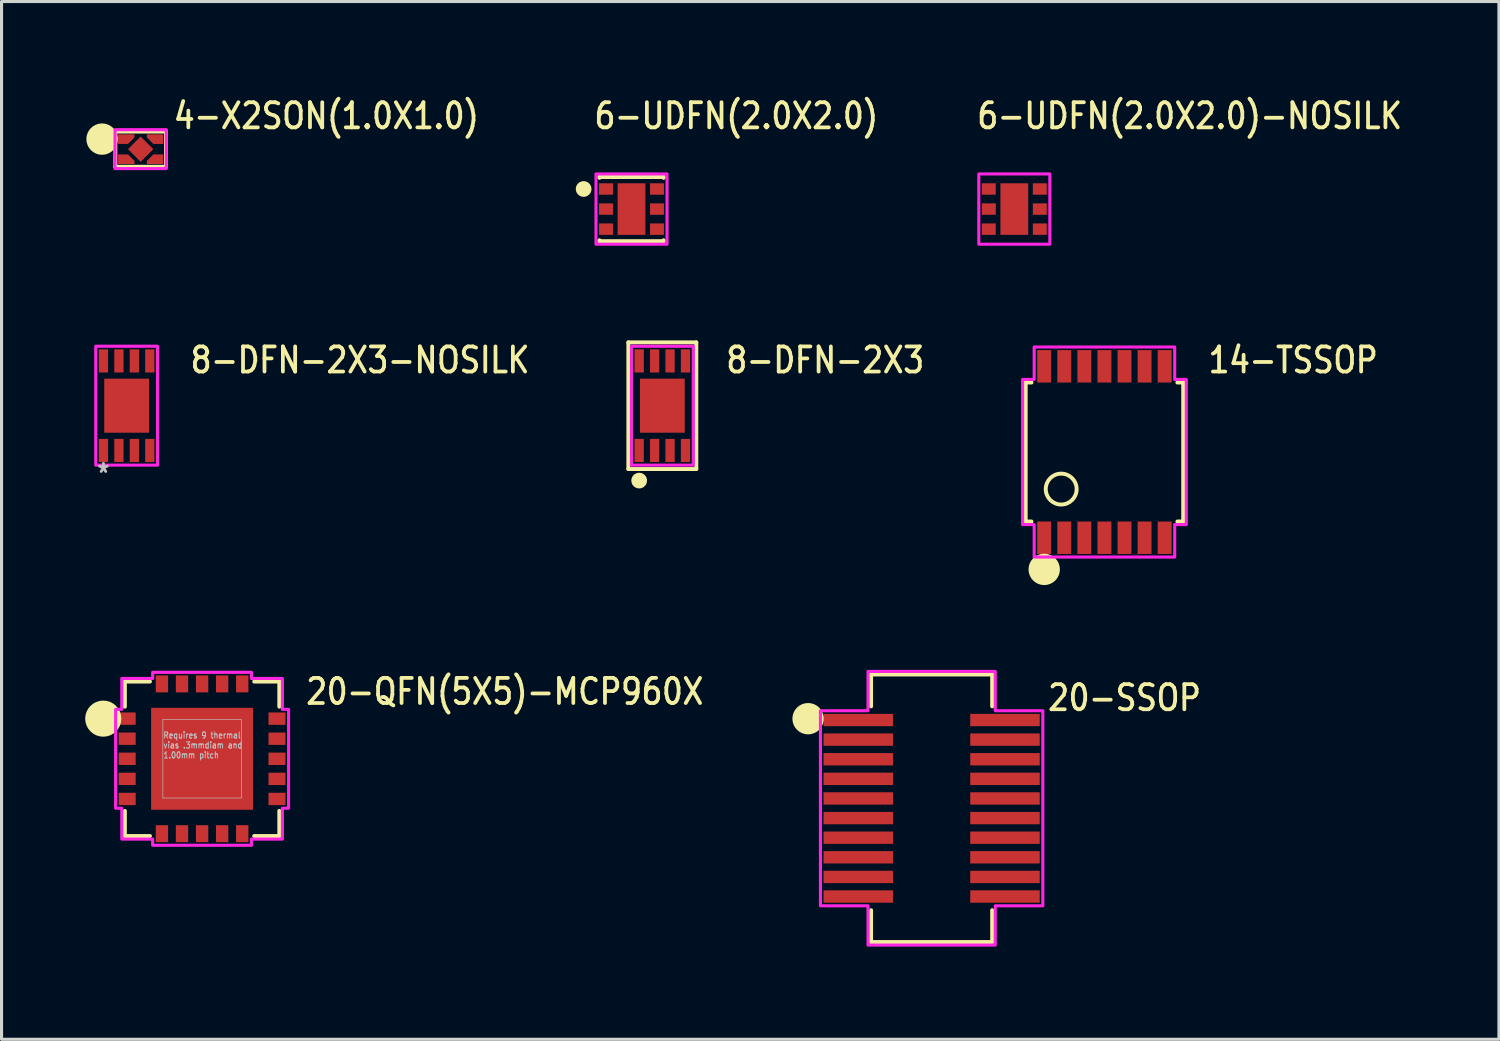
<source format=kicad_pcb>
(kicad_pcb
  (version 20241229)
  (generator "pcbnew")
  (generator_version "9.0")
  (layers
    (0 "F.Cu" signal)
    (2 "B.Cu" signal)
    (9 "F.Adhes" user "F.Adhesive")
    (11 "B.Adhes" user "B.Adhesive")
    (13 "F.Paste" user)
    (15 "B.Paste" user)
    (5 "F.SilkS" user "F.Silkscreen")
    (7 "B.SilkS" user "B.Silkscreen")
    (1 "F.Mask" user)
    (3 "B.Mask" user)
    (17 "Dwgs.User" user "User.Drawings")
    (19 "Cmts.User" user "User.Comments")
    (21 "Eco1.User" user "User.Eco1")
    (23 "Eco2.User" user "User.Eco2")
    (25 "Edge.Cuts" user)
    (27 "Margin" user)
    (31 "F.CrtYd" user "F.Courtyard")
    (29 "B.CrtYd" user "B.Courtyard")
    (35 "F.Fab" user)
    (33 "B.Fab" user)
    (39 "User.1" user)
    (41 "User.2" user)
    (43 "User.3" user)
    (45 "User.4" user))
  (footprint "6-UDFN(2.0X2.0)"
    (layer "F.Cu")
    (at 17.396 3.719)
    (property "Reference" "6-UDFN(2.0X2.0)" (at -1.27 -2.54 0) (unlocked yes) (layer "F.SilkS") (effects (font (size 0.813 0.695) (thickness 0.122)) (justify left bottom)))
    (fp_line (start -1.038 -1.038) (end 1.038 -1.038) (stroke (width 0.127) (type solid)) (layer "F.SilkS"))
    (fp_line (start -1.038 -1.01) (end -1.038 -1.038) (stroke (width 0.127) (type solid)) (layer "F.SilkS"))
    (fp_line (start -1.038 1.038) (end -1.038 1.01) (stroke (width 0.127) (type solid)) (layer "F.SilkS"))
    (fp_line (start 1.038 -1.038) (end 1.038 -1.01) (stroke (width 0.127) (type solid)) (layer "F.SilkS"))
    (fp_line (start 1.038 1.01) (end 1.038 1.038) (stroke (width 0.127) (type solid)) (layer "F.SilkS"))
    (fp_line (start 1.038 1.038) (end -1.038 1.038) (stroke (width 0.127) (type solid)) (layer "F.SilkS"))
    (fp_circle (center -1.55 -0.65) (end -1.296 -0.65) (stroke (width 0) (type solid)) (fill yes) (layer "F.SilkS"))
    (fp_poly (pts (xy -0.4 -0.7) (xy 0.4 -0.7) (xy 0.4 -0.1) (xy -0.4 -0.1)) (stroke (width 0) (type solid)) (fill yes) (layer "F.Paste"))
    (fp_poly (pts (xy -0.4 0.1) (xy 0.4 0.1) (xy 0.4 0.7) (xy -0.4 0.7)) (stroke (width 0) (type solid)) (fill yes) (layer "F.Paste"))
    (fp_poly (pts (xy -1.15 -1.137) (xy 1.15 -1.137) (xy 1.15 1.137) (xy -1.15 1.137)) (stroke (width 0.1) (type solid)) (fill no) (layer "F.CrtYd"))
    (pad "1" smd rect (at -0.825 -0.65) (size 0.45 0.37) (layers "F.Cu" "F.Mask" "F.Paste"))
    (pad "2" smd rect (at -0.825 0) (size 0.45 0.37) (layers "F.Cu" "F.Mask" "F.Paste"))
    (pad "3" smd rect (at -0.825 0.65) (size 0.45 0.37) (layers "F.Cu" "F.Mask" "F.Paste"))
    (pad "4" smd rect (at 0.825 0.65) (size 0.45 0.37) (layers "F.Cu" "F.Mask" "F.Paste"))
    (pad "5" smd rect (at 0.825 0) (size 0.45 0.37) (layers "F.Cu" "F.Mask" "F.Paste"))
    (pad "6" smd rect (at 0.825 -0.65) (size 0.45 0.37) (layers "F.Cu" "F.Mask" "F.Paste"))
    (pad "TAB" smd rect (at 0 0) (size 0.9 1.67) (layers "F.Cu" "F.Mask")))
  (footprint "20-SSOP"
    (layer "F.Cu")
    (at 27.113 23.119)
    (property "Reference" "20-SSOP" (at 3.7 -3.1 0) (unlocked yes) (layer "F.SilkS") (effects (font (size 0.813 0.695) (thickness 0.122)) (justify left bottom)))
    (fp_line (start -1.96 -4.33) (end 1.96 -4.33) (stroke (width 0.127) (type solid)) (layer "F.SilkS"))
    (fp_line (start -1.96 -3.3) (end -1.96 -4.33) (stroke (width 0.127) (type solid)) (layer "F.SilkS"))
    (fp_line (start -1.96 3.3) (end -1.96 4.33) (stroke (width 0.127) (type solid)) (layer "F.SilkS"))
    (fp_line (start -1.96 4.33) (end 1.96 4.33) (stroke (width 0.127) (type solid)) (layer "F.SilkS"))
    (fp_line (start 1.96 -4.33) (end 1.96 -3.3) (stroke (width 0.127) (type solid)) (layer "F.SilkS"))
    (fp_line (start 1.96 4.33) (end 1.96 3.3) (stroke (width 0.127) (type solid)) (layer "F.SilkS"))
    (fp_circle (center -4 -2.9) (end -4 -2.9) (stroke (width 0.508) (type solid)) (fill no) (layer "F.SilkS"))
    (fp_poly (pts (xy -3.6 -3.158) (xy -2.06 -3.158) (xy -2.06 -4.43) (xy 2.06 -4.43) (xy 2.06 -3.158) (xy 3.6 -3.158) (xy 3.6 3.158) (xy 2.06 3.158) (xy 2.06 4.43) (xy -2.06 4.43) (xy -2.06 3.158) (xy -3.6 3.158)) (stroke (width 0.1) (type solid)) (fill no) (layer "F.CrtYd"))
    (pad "1" smd rect (at -2.375 -2.857) (size 2.25 0.4) (layers "F.Cu" "F.Mask" "F.Paste"))
    (pad "2" smd rect (at -2.375 -2.223) (size 2.25 0.4) (layers "F.Cu" "F.Mask" "F.Paste"))
    (pad "3" smd rect (at -2.375 -1.587) (size 2.25 0.4) (layers "F.Cu" "F.Mask" "F.Paste"))
    (pad "4" smd rect (at -2.375 -0.953) (size 2.25 0.4) (layers "F.Cu" "F.Mask" "F.Paste"))
    (pad "5" smd rect (at -2.375 -0.318) (size 2.25 0.4) (layers "F.Cu" "F.Mask" "F.Paste"))
    (pad "6" smd rect (at -2.375 0.318) (size 2.25 0.4) (layers "F.Cu" "F.Mask" "F.Paste"))
    (pad "7" smd rect (at -2.375 0.953) (size 2.25 0.4) (layers "F.Cu" "F.Mask" "F.Paste"))
    (pad "8" smd rect (at -2.375 1.587) (size 2.25 0.4) (layers "F.Cu" "F.Mask" "F.Paste"))
    (pad "9" smd rect (at -2.375 2.223) (size 2.25 0.4) (layers "F.Cu" "F.Mask" "F.Paste"))
    (pad "10" smd rect (at -2.375 2.857) (size 2.25 0.4) (layers "F.Cu" "F.Mask" "F.Paste"))
    (pad "11" smd rect (at 2.375 2.857) (size 2.25 0.4) (layers "F.Cu" "F.Mask" "F.Paste"))
    (pad "12" smd rect (at 2.375 2.223) (size 2.25 0.4) (layers "F.Cu" "F.Mask" "F.Paste"))
    (pad "13" smd rect (at 2.375 1.587) (size 2.25 0.4) (layers "F.Cu" "F.Mask" "F.Paste"))
    (pad "14" smd rect (at 2.375 0.953) (size 2.25 0.4) (layers "F.Cu" "F.Mask" "F.Paste"))
    (pad "15" smd rect (at 2.375 0.318) (size 2.25 0.4) (layers "F.Cu" "F.Mask" "F.Paste"))
    (pad "16" smd rect (at 2.375 -0.318) (size 2.25 0.4) (layers "F.Cu" "F.Mask" "F.Paste"))
    (pad "17" smd rect (at 2.375 -0.953) (size 2.25 0.4) (layers "F.Cu" "F.Mask" "F.Paste"))
    (pad "18" smd rect (at 2.375 -1.587) (size 2.25 0.4) (layers "F.Cu" "F.Mask" "F.Paste"))
    (pad "19" smd rect (at 2.375 -2.223) (size 2.25 0.4) (layers "F.Cu" "F.Mask" "F.Paste"))
    (pad "20" smd rect (at 2.375 -2.857) (size 2.25 0.4) (layers "F.Cu" "F.Mask" "F.Paste")))
  (footprint "20-QFN(5X5)-MCP960X"
    (layer "F.Cu")
    (at 3.493 21.517)
    (property "Reference" "20-QFN(5X5)-MCP960X" (at 3.3 -1.7 0) (unlocked yes) (layer "F.SilkS") (effects (font (size 0.813 0.695) (thickness 0.122)) (justify left bottom)))
    (fp_line (start -2.5 -2.5) (end -1.687 -2.5) (stroke (width 0.127) (type solid)) (layer "F.SilkS"))
    (fp_line (start -2.5 -1.687) (end -2.5 -2.5) (stroke (width 0.127) (type solid)) (layer "F.SilkS"))
    (fp_line (start -2.5 2.5) (end -2.5 1.687) (stroke (width 0.127) (type solid)) (layer "F.SilkS"))
    (fp_line (start -1.687 2.5) (end -2.5 2.5) (stroke (width 0.127) (type solid)) (layer "F.SilkS"))
    (fp_line (start 1.687 -2.5) (end 2.5 -2.5) (stroke (width 0.127) (type solid)) (layer "F.SilkS"))
    (fp_line (start 2.5 -2.5) (end 2.5 -1.687) (stroke (width 0.127) (type solid)) (layer "F.SilkS"))
    (fp_line (start 2.5 1.687) (end 2.5 2.5) (stroke (width 0.127) (type solid)) (layer "F.SilkS"))
    (fp_line (start 2.5 2.5) (end 1.687 2.5) (stroke (width 0.127) (type solid)) (layer "F.SilkS"))
    (fp_circle (center -3.2 -1.3) (end -3.2 -1.3) (stroke (width 0.585) (type solid)) (fill no) (layer "F.SilkS"))
    (fp_line (start -1.27 -1.27) (end 1.27 -1.27) (stroke (width 0.02) (type solid)) (layer "Dwgs.User"))
    (fp_line (start -1.27 1.27) (end -1.27 -1.27) (stroke (width 0.02) (type solid)) (layer "Dwgs.User"))
    (fp_line (start 1.27 -1.27) (end 1.27 1.27) (stroke (width 0.02) (type solid)) (layer "Dwgs.User"))
    (fp_line (start 1.27 1.27) (end -1.27 1.27) (stroke (width 0.02) (type solid)) (layer "Dwgs.User"))
    (fp_poly (pts (xy -2.6 -2.6) (xy -1.6 -2.6) (xy -1.6 -2.8) (xy 1.6 -2.8) (xy 1.6 -2.6) (xy 2.6 -2.6) (xy 2.6 -1.6) (xy 2.8 -1.6) (xy 2.8 1.6) (xy 2.6 1.6) (xy 2.6 2.6) (xy 1.6 2.6) (xy 1.6 2.8) (xy -1.6 2.8) (xy -1.6 2.6) (xy -2.6 2.6) (xy -2.6 1.6) (xy -2.8 1.6) (xy -2.8 -1.6) (xy -2.6 -1.6)) (stroke (width 0.1) (type solid)) (fill no) (layer "F.CrtYd"))
    (fp_text user "Requires 9 thermal\nvias .3mmdiam and\n1.00mm pitch" (at -1.27 0 0) (unlocked yes) (layer "Dwgs.User") (effects (font (size 0.2 0.171) (thickness 0.03)) (justify left bottom)))
    (pad "1" smd rect (at -2.425 -1.3) (size 0.55 0.4) (layers "F.Cu" "F.Mask" "F.Paste"))
    (pad "2" smd rect (at -2.425 -0.65) (size 0.55 0.4) (layers "F.Cu" "F.Mask" "F.Paste"))
    (pad "3" smd rect (at -2.425 0) (size 0.55 0.4) (layers "F.Cu" "F.Mask" "F.Paste"))
    (pad "4" smd rect (at -2.425 0.65) (size 0.55 0.4) (layers "F.Cu" "F.Mask" "F.Paste"))
    (pad "5" smd rect (at -2.425 1.3) (size 0.55 0.4) (layers "F.Cu" "F.Mask" "F.Paste"))
    (pad "6" smd rect (at -1.3 2.425 90) (size 0.55 0.4) (layers "F.Cu" "F.Mask" "F.Paste"))
    (pad "7" smd rect (at -0.65 2.425 90) (size 0.55 0.4) (layers "F.Cu" "F.Mask" "F.Paste"))
    (pad "8" smd rect (at 0 2.425 90) (size 0.55 0.4) (layers "F.Cu" "F.Mask" "F.Paste"))
    (pad "9" smd rect (at 0.65 2.425 90) (size 0.55 0.4) (layers "F.Cu" "F.Mask" "F.Paste"))
    (pad "10" smd rect (at 1.3 2.425 90) (size 0.55 0.4) (layers "F.Cu" "F.Mask" "F.Paste"))
    (pad "11" smd rect (at 2.425 1.3 180) (size 0.55 0.4) (layers "F.Cu" "F.Mask" "F.Paste"))
    (pad "12" smd rect (at 2.425 0.65 180) (size 0.55 0.4) (layers "F.Cu" "F.Mask" "F.Paste"))
    (pad "13" smd rect (at 2.425 0 180) (size 0.55 0.4) (layers "F.Cu" "F.Mask" "F.Paste"))
    (pad "14" smd rect (at 2.425 -0.65 180) (size 0.55 0.4) (layers "F.Cu" "F.Mask" "F.Paste"))
    (pad "15" smd rect (at 2.425 -1.3 180) (size 0.55 0.4) (layers "F.Cu" "F.Mask" "F.Paste"))
    (pad "16" smd rect (at 1.3 -2.425 270) (size 0.55 0.4) (layers "F.Cu" "F.Mask" "F.Paste"))
    (pad "17" smd rect (at 0.65 -2.425 270) (size 0.55 0.4) (layers "F.Cu" "F.Mask" "F.Paste"))
    (pad "18" smd rect (at 0 -2.425 270) (size 0.55 0.4) (layers "F.Cu" "F.Mask" "F.Paste"))
    (pad "19" smd rect (at -0.65 -2.425 270) (size 0.55 0.4) (layers "F.Cu" "F.Mask" "F.Paste"))
    (pad "20" smd rect (at -1.3 -2.425 270) (size 0.55 0.4) (layers "F.Cu" "F.Mask" "F.Paste"))
    (pad "21" smd rect (at 0 0) (size 3.3 3.3) (layers "F.Cu" "F.Mask" "F.Paste")))
  (footprint "4-X2SON(1.0X1.0)"
    (layer "F.Cu")
    (at 1.504 1.779)
    (property "Reference" "4-X2SON(1.0X1.0)" (at 1 -0.6 0) (unlocked yes) (layer "F.SilkS") (effects (font (size 0.813 0.695) (thickness 0.122)) (justify left bottom)))
    (fp_poly (pts (xy -0.73 -0.17) (xy -0.73 -0.48) (xy -0.2 -0.48) (xy -0.2 -0.379) (xy -0.409 -0.17)) (stroke (width 0) (type solid)) (fill yes) (layer "F.Cu"))
    (fp_poly (pts (xy -0.73 0.17) (xy -0.73 0.48) (xy -0.2 0.48) (xy -0.2 0.379) (xy -0.409 0.17)) (stroke (width 0) (type solid)) (fill yes) (layer "F.Cu"))
    (fp_poly (pts (xy 0.73 -0.17) (xy 0.73 -0.48) (xy 0.2 -0.48) (xy 0.2 -0.379) (xy 0.409 -0.17)) (stroke (width 0) (type solid)) (fill yes) (layer "F.Cu"))
    (fp_poly (pts (xy 0.73 0.17) (xy 0.73 0.48) (xy 0.2 0.48) (xy 0.2 0.379) (xy 0.409 0.17)) (stroke (width 0) (type solid)) (fill yes) (layer "F.Cu"))
    (fp_poly (pts (xy 0 -0.339) (xy 0.339 0) (xy 0 0.339) (xy -0.339 0)) (stroke (width 0) (type solid)) (fill yes) (layer "F.Mask"))
    (fp_poly (pts (xy -0.61 -0.22) (xy -0.61 -0.43) (xy -0.25 -0.43) (xy -0.25 -0.4) (xy -0.43 -0.22)) (stroke (width 0) (type solid)) (fill yes) (layer "F.Mask"))
    (fp_poly (pts (xy -0.61 0.22) (xy -0.61 0.43) (xy -0.25 0.43) (xy -0.25 0.4) (xy -0.43 0.22)) (stroke (width 0) (type solid)) (fill yes) (layer "F.Mask"))
    (fp_poly (pts (xy 0.61 -0.22) (xy 0.61 -0.43) (xy 0.25 -0.43) (xy 0.25 -0.4) (xy 0.43 -0.22)) (stroke (width 0) (type solid)) (fill yes) (layer "F.Mask"))
    (fp_poly (pts (xy 0.61 0.22) (xy 0.61 0.43) (xy 0.25 0.43) (xy 0.25 0.4) (xy 0.43 0.22)) (stroke (width 0) (type solid)) (fill yes) (layer "F.Mask"))
    (fp_line (start -0.82 -0.57) (end 0.82 -0.57) (stroke (width 0.127) (type solid)) (layer "F.SilkS"))
    (fp_line (start -0.82 0.57) (end -0.82 -0.57) (stroke (width 0.127) (type solid)) (layer "F.SilkS"))
    (fp_line (start 0.82 -0.57) (end 0.82 0.57) (stroke (width 0.127) (type solid)) (layer "F.SilkS"))
    (fp_line (start 0.82 0.57) (end -0.82 0.57) (stroke (width 0.127) (type solid)) (layer "F.SilkS"))
    (fp_circle (center -1.25 -0.325) (end -1.25 -0.325) (stroke (width 0.508) (type solid)) (fill no) (layer "F.SilkS"))
    (fp_poly (pts (xy -0.65 -0.22) (xy -0.65 -0.43) (xy -0.25 -0.43) (xy -0.25 -0.4) (xy -0.43 -0.22)) (stroke (width 0) (type solid)) (fill yes) (layer "F.Paste"))
    (fp_poly (pts (xy -0.65 0.22) (xy -0.65 0.43) (xy -0.25 0.43) (xy -0.25 0.4) (xy -0.43 0.22)) (stroke (width 0) (type solid)) (fill yes) (layer "F.Paste"))
    (fp_poly (pts (xy 0.65 -0.22) (xy 0.65 -0.43) (xy 0.25 -0.43) (xy 0.25 -0.4) (xy 0.43 -0.22)) (stroke (width 0) (type solid)) (fill yes) (layer "F.Paste"))
    (fp_poly (pts (xy 0.65 0.22) (xy 0.65 0.43) (xy 0.25 0.43) (xy 0.25 0.4) (xy 0.43 0.22)) (stroke (width 0) (type solid)) (fill yes) (layer "F.Paste"))
    (fp_poly (pts (xy -0.83 -0.63) (xy 0.83 -0.63) (xy 0.83 0.63) (xy -0.83 0.63)) (stroke (width 0.1) (type solid)) (fill no) (layer "F.CrtYd"))
    (pad "1" smd rect (at -0.54 -0.325) (size 0.18 0.21) (layers "F.Cu"))
    (pad "2" smd rect (at -0.54 0.325) (size 0.18 0.21) (layers "F.Cu"))
    (pad "3" smd rect (at 0.54 0.325 180) (size 0.18 0.21) (layers "F.Cu"))
    (pad "4" smd rect (at 0.54 -0.325 180) (size 0.18 0.21) (layers "F.Cu"))
    (pad "S_1" smd rect (at 0 0 315) (size 0.58 0.58) (layers "F.Cu" "F.Paste")))
  (footprint "8-DFN-2X3-NOSILK"
    (layer "F.Cu")
    (at 1.05 10.085)
    (property "Reference" "8-DFN-2X3-NOSILK" (at 2 -1 0) (unlocked yes) (layer "F.SilkS") (effects (font (size 0.813 0.695) (thickness 0.122)) (justify left bottom)))
    (fp_poly (pts (xy -1 -1.925) (xy 1 -1.925) (xy 1 1.925) (xy -1 1.925)) (stroke (width 0.1) (type solid)) (fill no) (layer "F.CrtYd"))
    (fp_text user "*" (at -0.75 2.2 0) (unlocked yes) (layer "Dwgs.User") (effects (font (size 0.61 0.521) (thickness 0.091))))
    (pad "1" smd rect (at -0.75 1.45) (size 0.3 0.75) (layers "F.Cu" "F.Mask" "F.Paste"))
    (pad "2" smd rect (at -0.25 1.45) (size 0.3 0.75) (layers "F.Cu" "F.Mask" "F.Paste"))
    (pad "3" smd rect (at 0.25 1.45) (size 0.3 0.75) (layers "F.Cu" "F.Mask" "F.Paste"))
    (pad "4" smd rect (at 0.75 1.45) (size 0.3 0.75) (layers "F.Cu" "F.Mask" "F.Paste"))
    (pad "5" smd rect (at 0.75 -1.45) (size 0.3 0.75) (layers "F.Cu" "F.Mask" "F.Paste"))
    (pad "6" smd rect (at 0.25 -1.45) (size 0.3 0.75) (layers "F.Cu" "F.Mask" "F.Paste"))
    (pad "7" smd rect (at -0.25 -1.45) (size 0.3 0.75) (layers "F.Cu" "F.Mask" "F.Paste"))
    (pad "8" smd rect (at -0.75 -1.45) (size 0.3 0.75) (layers "F.Cu" "F.Mask" "F.Paste"))
    (pad "9" smd rect (at 0 0) (size 1.45 1.75) (layers "F.Cu" "F.Mask" "F.Paste")))
  (footprint "14-TSSOP"
    (layer "F.Cu")
    (at 32.708 11.585)
    (property "Reference" "14-TSSOP" (at 3.3 -2.5 0) (unlocked yes) (layer "F.SilkS") (effects (font (size 0.813 0.695) (thickness 0.122)) (justify left bottom)))
    (fp_line (start -2.55 2.25) (end -2.55 -2.25) (stroke (width 0.127) (type solid)) (layer "F.SilkS"))
    (fp_line (start -2.55 2.25) (end -2.361 2.25) (stroke (width 0.127) (type solid)) (layer "F.SilkS"))
    (fp_line (start -2.361 -2.25) (end -2.55 -2.25) (stroke (width 0.127) (type solid)) (layer "F.SilkS"))
    (fp_line (start 2.361 2.25) (end 2.55 2.25) (stroke (width 0.127) (type solid)) (layer "F.SilkS"))
    (fp_line (start 2.55 -2.25) (end 2.361 -2.25) (stroke (width 0.127) (type solid)) (layer "F.SilkS"))
    (fp_line (start 2.55 -2.25) (end 2.55 2.25) (stroke (width 0.127) (type solid)) (layer "F.SilkS"))
    (fp_circle (center -1.95 3.8) (end -1.95 3.8) (stroke (width 0.508) (type solid)) (fill no) (layer "F.SilkS"))
    (fp_circle (center -1.4 1.2) (end -0.9 1.2) (stroke (width 0.127) (type solid)) (fill no) (layer "F.SilkS"))
    (fp_poly (pts (xy -2.275 -3.4) (xy 2.275 -3.4) (xy 2.275 -2.35) (xy 2.65 -2.35) (xy 2.65 2.35) (xy 2.275 2.35) (xy 2.275 3.4) (xy -2.275 3.4) (xy -2.275 2.35) (xy -2.65 2.35) (xy -2.65 -2.35) (xy -2.275 -2.35)) (stroke (width 0.1) (type solid)) (fill no) (layer "F.CrtYd"))
    (pad "1" smd rect (at -1.95 2.775) (size 0.45 1.05) (layers "F.Cu" "F.Mask" "F.Paste"))
    (pad "2" smd rect (at -1.3 2.775) (size 0.45 1.05) (layers "F.Cu" "F.Mask" "F.Paste"))
    (pad "3" smd rect (at -0.65 2.775) (size 0.45 1.05) (layers "F.Cu" "F.Mask" "F.Paste"))
    (pad "4" smd rect (at 0 2.775) (size 0.45 1.05) (layers "F.Cu" "F.Mask" "F.Paste"))
    (pad "5" smd rect (at 0.65 2.775) (size 0.45 1.05) (layers "F.Cu" "F.Mask" "F.Paste"))
    (pad "6" smd rect (at 1.3 2.775) (size 0.45 1.05) (layers "F.Cu" "F.Mask" "F.Paste"))
    (pad "7" smd rect (at 1.95 2.775) (size 0.45 1.05) (layers "F.Cu" "F.Mask" "F.Paste"))
    (pad "8" smd rect (at 1.95 -2.775) (size 0.45 1.05) (layers "F.Cu" "F.Mask" "F.Paste"))
    (pad "9" smd rect (at 1.3 -2.775) (size 0.45 1.05) (layers "F.Cu" "F.Mask" "F.Paste"))
    (pad "10" smd rect (at 0.65 -2.775) (size 0.45 1.05) (layers "F.Cu" "F.Mask" "F.Paste"))
    (pad "11" smd rect (at 0 -2.775) (size 0.45 1.05) (layers "F.Cu" "F.Mask" "F.Paste"))
    (pad "12" smd rect (at -0.65 -2.775) (size 0.45 1.05) (layers "F.Cu" "F.Mask" "F.Paste"))
    (pad "13" smd rect (at -1.3 -2.775) (size 0.45 1.05) (layers "F.Cu" "F.Mask" "F.Paste"))
    (pad "14" smd rect (at -1.95 -2.775) (size 0.45 1.05) (layers "F.Cu" "F.Mask" "F.Paste")))
  (footprint "6-UDFN(2.0X2.0)-NOSILK"
    (layer "F.Cu")
    (at 29.79 3.719)
    (property "Reference" "6-UDFN(2.0X2.0)-NOSILK" (at -1.27 -2.54 0) (unlocked yes) (layer "F.SilkS") (effects (font (size 0.813 0.695) (thickness 0.122)) (justify left bottom)))
    (fp_poly (pts (xy -0.4 -0.7) (xy 0.4 -0.7) (xy 0.4 -0.1) (xy -0.4 -0.1)) (stroke (width 0) (type solid)) (fill yes) (layer "F.Paste"))
    (fp_poly (pts (xy -0.4 0.1) (xy 0.4 0.1) (xy 0.4 0.7) (xy -0.4 0.7)) (stroke (width 0) (type solid)) (fill yes) (layer "F.Paste"))
    (fp_poly (pts (xy -1.15 -1.137) (xy 1.15 -1.137) (xy 1.15 1.137) (xy -1.15 1.137)) (stroke (width 0.1) (type solid)) (fill no) (layer "F.CrtYd"))
    (pad "1" smd rect (at -0.825 -0.65) (size 0.45 0.37) (layers "F.Cu" "F.Mask" "F.Paste"))
    (pad "2" smd rect (at -0.825 0) (size 0.45 0.37) (layers "F.Cu" "F.Mask" "F.Paste"))
    (pad "3" smd rect (at -0.825 0.65) (size 0.45 0.37) (layers "F.Cu" "F.Mask" "F.Paste"))
    (pad "4" smd rect (at 0.825 0.65) (size 0.45 0.37) (layers "F.Cu" "F.Mask" "F.Paste"))
    (pad "5" smd rect (at 0.825 0) (size 0.45 0.37) (layers "F.Cu" "F.Mask" "F.Paste"))
    (pad "6" smd rect (at 0.825 -0.65) (size 0.45 0.37) (layers "F.Cu" "F.Mask" "F.Paste"))
    (pad "TAB" smd rect (at 0 0) (size 0.9 1.67) (layers "F.Cu" "F.Mask")))
  (footprint "8-DFN-2X3"
    (layer "F.Cu")
    (at 18.394 10.085)
    (property "Reference" "8-DFN-2X3" (at 2 -1 0) (unlocked yes) (layer "F.SilkS") (effects (font (size 0.813 0.695) (thickness 0.122)) (justify left bottom)))
    (fp_line (start -1.1 -2.05) (end 1.1 -2.05) (stroke (width 0.127) (type solid)) (layer "F.SilkS"))
    (fp_line (start -1.1 2.05) (end -1.1 -2.05) (stroke (width 0.127) (type solid)) (layer "F.SilkS"))
    (fp_line (start 1.1 -2.05) (end 1.1 2.05) (stroke (width 0.127) (type solid)) (layer "F.SilkS"))
    (fp_line (start 1.1 2.05) (end -1.1 2.05) (stroke (width 0.127) (type solid)) (layer "F.SilkS"))
    (fp_circle (center -0.75 2.425) (end -0.496 2.425) (stroke (width 0) (type solid)) (fill yes) (layer "F.SilkS"))
    (fp_poly (pts (xy -1 -1.925) (xy 1 -1.925) (xy 1 1.925) (xy -1 1.925)) (stroke (width 0.1) (type solid)) (fill no) (layer "F.CrtYd"))
    (pad "1" smd rect (at -0.75 1.45) (size 0.3 0.75) (layers "F.Cu" "F.Mask" "F.Paste"))
    (pad "2" smd rect (at -0.25 1.45) (size 0.3 0.75) (layers "F.Cu" "F.Mask" "F.Paste"))
    (pad "3" smd rect (at 0.25 1.45) (size 0.3 0.75) (layers "F.Cu" "F.Mask" "F.Paste"))
    (pad "4" smd rect (at 0.75 1.45) (size 0.3 0.75) (layers "F.Cu" "F.Mask" "F.Paste"))
    (pad "5" smd rect (at 0.75 -1.45) (size 0.3 0.75) (layers "F.Cu" "F.Mask" "F.Paste"))
    (pad "6" smd rect (at 0.25 -1.45) (size 0.3 0.75) (layers "F.Cu" "F.Mask" "F.Paste"))
    (pad "7" smd rect (at -0.25 -1.45) (size 0.3 0.75) (layers "F.Cu" "F.Mask" "F.Paste"))
    (pad "8" smd rect (at -0.75 -1.45) (size 0.3 0.75) (layers "F.Cu" "F.Mask" "F.Paste"))
    (pad "9" smd rect (at 0 0) (size 1.45 1.75) (layers "F.Cu" "F.Mask" "F.Paste")))
  (gr_rect
    (start -3 -3)
    (end 45.48 30.599)
    (stroke (width 0.1) (type default))
    (fill no)
    (layer "Edge.Cuts")))
</source>
